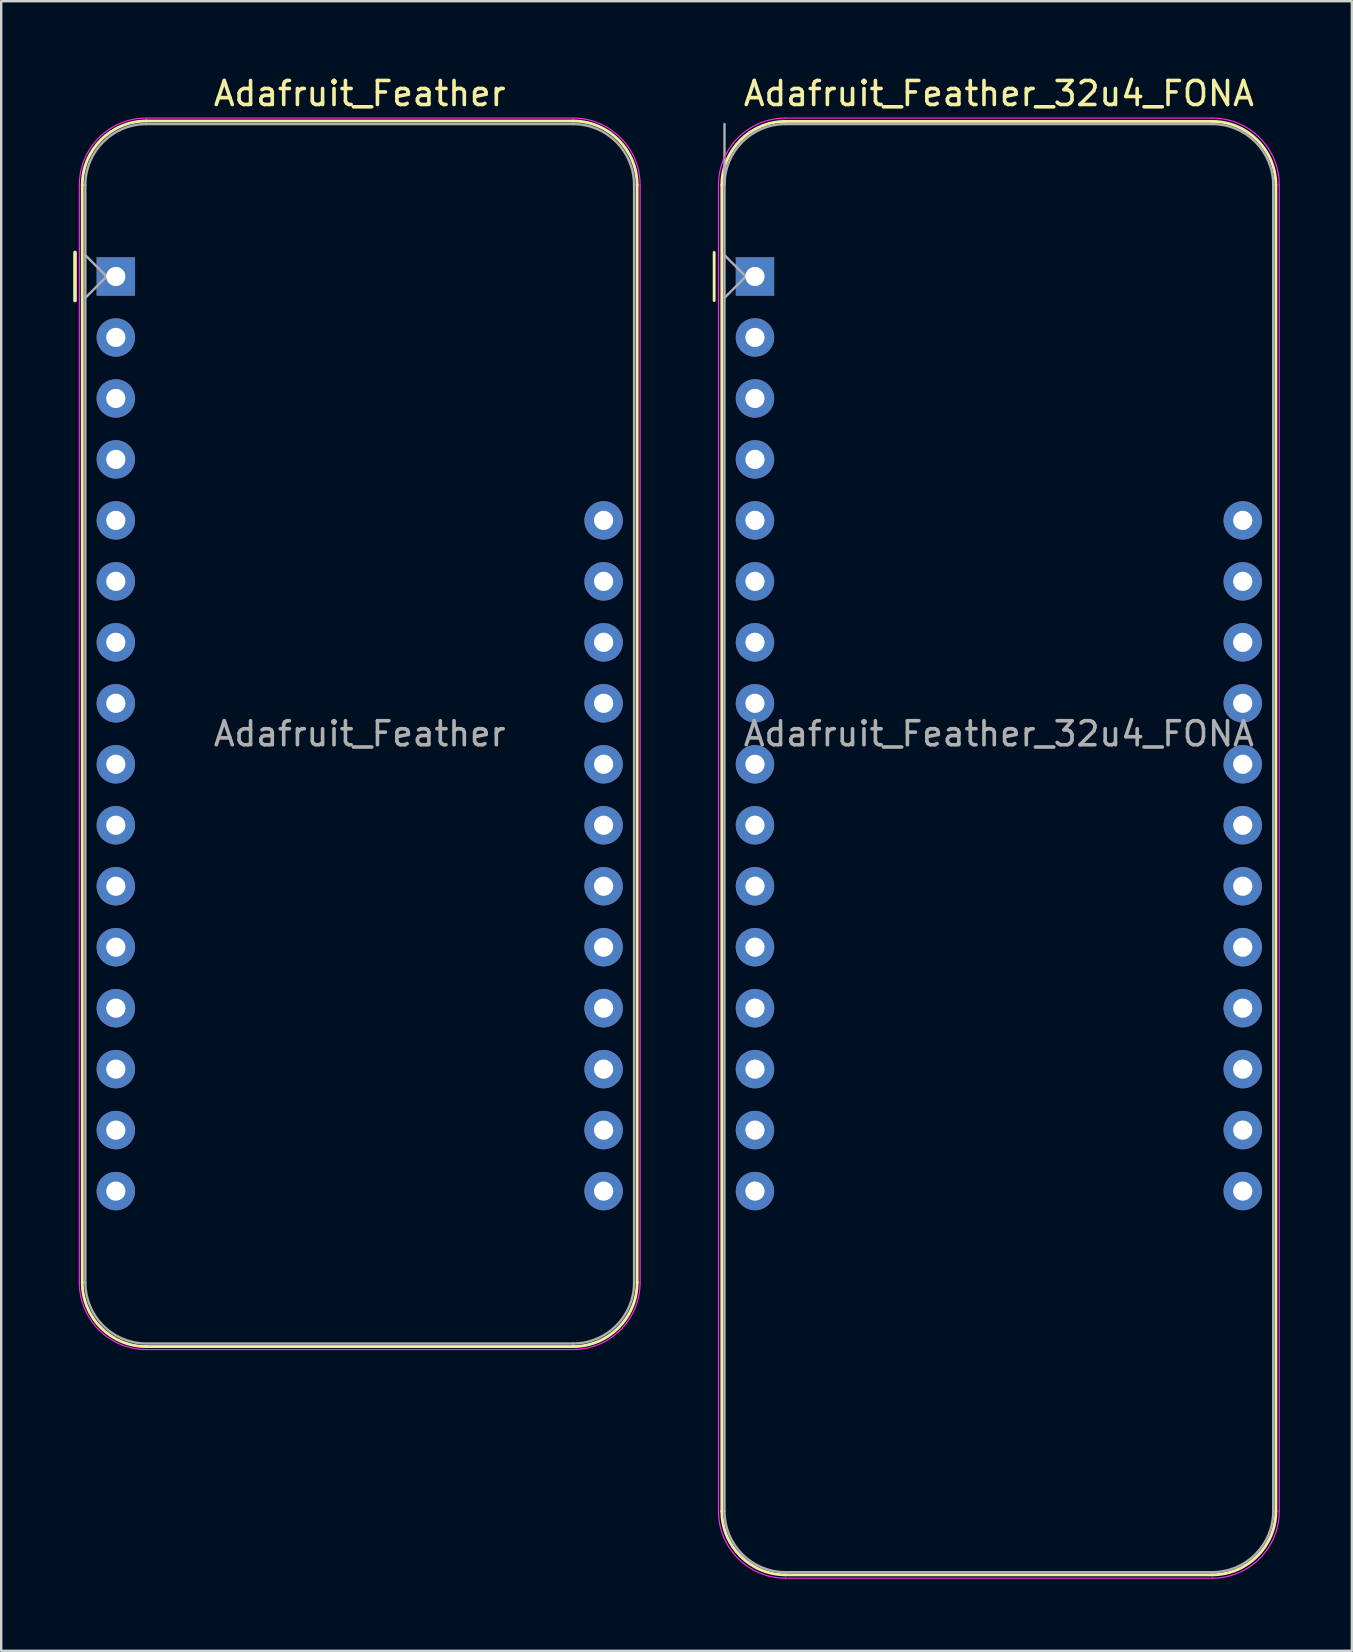
<source format=kicad_pcb>
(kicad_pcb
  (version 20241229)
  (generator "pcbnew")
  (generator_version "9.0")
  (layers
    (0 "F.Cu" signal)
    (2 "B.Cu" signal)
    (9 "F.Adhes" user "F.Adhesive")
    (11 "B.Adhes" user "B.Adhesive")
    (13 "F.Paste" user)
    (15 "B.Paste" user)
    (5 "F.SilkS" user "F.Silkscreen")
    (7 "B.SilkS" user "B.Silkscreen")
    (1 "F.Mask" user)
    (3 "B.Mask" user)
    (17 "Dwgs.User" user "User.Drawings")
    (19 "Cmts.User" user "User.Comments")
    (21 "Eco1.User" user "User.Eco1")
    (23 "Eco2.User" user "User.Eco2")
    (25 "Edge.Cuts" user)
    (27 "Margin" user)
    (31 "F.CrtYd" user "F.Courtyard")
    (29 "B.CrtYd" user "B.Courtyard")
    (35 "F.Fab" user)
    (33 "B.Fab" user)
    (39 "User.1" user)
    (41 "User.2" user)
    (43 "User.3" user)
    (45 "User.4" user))
  (footprint "Adafruit_Feather_32u4_FONA"
    (layer "F.Cu")
    (at 28.4 8.468)
    (property "Reference" "Adafruit_Feather_32u4_FONA" (at 10.16 -7.62 0) (layer "F.SilkS") (effects (font (size 1 1) (thickness 0.15))))
    (attr through_hole)
    (fp_line (start -1.7 1) (end -1.7 -1) (stroke (width 0.12) (type solid)) (layer "F.SilkS"))
    (fp_line (start -1.38 -3.81) (end -1.38 51.435) (stroke (width 0.12) (type solid)) (layer "F.SilkS"))
    (fp_line (start 19.05 -6.46) (end 1.27 -6.46) (stroke (width 0.12) (type solid)) (layer "F.SilkS"))
    (fp_line (start 19.05 54.085) (end 1.27 54.085) (stroke (width 0.12) (type solid)) (layer "F.SilkS"))
    (fp_line (start 21.7 -3.81) (end 21.7 51.435) (stroke (width 0.12) (type solid)) (layer "F.SilkS"))
    (fp_arc (start -1.38 -3.81) (mid -0.603833 -5.683833) (end 1.27 -6.46) (stroke (width 0.12) (type solid)) (layer "F.SilkS"))
    (fp_arc (start 1.27 54.085) (mid -0.603833 53.308833) (end -1.38 51.435) (stroke (width 0.12) (type solid)) (layer "F.SilkS"))
    (fp_arc (start 19.05 -6.46) (mid 20.923833 -5.683833) (end 21.7 -3.81) (stroke (width 0.12) (type solid)) (layer "F.SilkS"))
    (fp_arc (start 21.7 51.435) (mid 20.923833 53.308833) (end 19.05 54.085) (stroke (width 0.12) (type solid)) (layer "F.SilkS"))
    (fp_line (start -1.52 51.435) (end -1.52 -3.81) (stroke (width 0.05) (type solid)) (layer "F.CrtYd"))
    (fp_line (start 19.05 -6.6) (end 1.27 -6.6) (stroke (width 0.05) (type solid)) (layer "F.CrtYd"))
    (fp_line (start 19.05 54.225) (end 1.27 54.225) (stroke (width 0.05) (type solid)) (layer "F.CrtYd"))
    (fp_line (start 21.84 51.435) (end 21.84 -3.81) (stroke (width 0.05) (type solid)) (layer "F.CrtYd"))
    (fp_arc (start -1.52 -3.81) (mid -0.702828 -5.782828) (end 1.27 -6.6) (stroke (width 0.05) (type solid)) (layer "F.CrtYd"))
    (fp_arc (start 1.27 54.225) (mid -0.702828 53.407828) (end -1.52 51.435) (stroke (width 0.05) (type solid)) (layer "F.CrtYd"))
    (fp_arc (start 19.05 -6.6) (mid 21.022828 -5.782828) (end 21.84 -3.81) (stroke (width 0.05) (type solid)) (layer "F.CrtYd"))
    (fp_arc (start 21.84 51.435) (mid 21.022828 53.407828) (end 19.05 54.225) (stroke (width 0.05) (type solid)) (layer "F.CrtYd"))
    (fp_line (start -1.27 -6.35) (end -1.27 51.435) (stroke (width 0.1) (type solid)) (layer "F.Fab"))
    (fp_line (start -1.27 -0.889) (end -0.381 0) (stroke (width 0.1) (type solid)) (layer "F.Fab"))
    (fp_line (start -0.381 0) (end -1.27 0.889) (stroke (width 0.1) (type solid)) (layer "F.Fab"))
    (fp_line (start 1.27 53.975) (end 19.05 53.975) (stroke (width 0.1) (type solid)) (layer "F.Fab"))
    (fp_line (start 19.05 -6.35) (end 1.27 -6.35) (stroke (width 0.1) (type solid)) (layer "F.Fab"))
    (fp_line (start 21.59 51.435) (end 21.59 -3.81) (stroke (width 0.1) (type solid)) (layer "F.Fab"))
    (fp_arc (start -1.27 -3.81) (mid -0.526051 -5.606051) (end 1.27 -6.35) (stroke (width 0.1) (type solid)) (layer "F.Fab"))
    (fp_arc (start 1.221238 53.974532) (mid -0.543209 53.213728) (end -1.27 51.435) (stroke (width 0.1) (type solid)) (layer "F.Fab"))
    (fp_arc (start 19.05 -6.35) (mid 20.846051 -5.606051) (end 21.59 -3.81) (stroke (width 0.1) (type solid)) (layer "F.Fab"))
    (fp_arc (start 21.59 51.435) (mid 20.846051 53.231051) (end 19.05 53.975) (stroke (width 0.1) (type solid)) (layer "F.Fab"))
    (fp_text user "${REFERENCE}" (at 10.16 19.05 180) (layer "F.Fab") (effects (font (size 1 1) (thickness 0.15))))
    (pad "1" thru_hole rect (at 0 0 180) (size 1.6 1.6) (drill 0.8) (layers "*.Cu" "*.Mask"))
    (pad "2" thru_hole circle (at 0 2.54 180) (size 1.6 1.6) (drill 0.8) (layers "*.Cu" "*.Mask"))
    (pad "3" thru_hole circle (at 0 5.08 180) (size 1.6 1.6) (drill 0.8) (layers "*.Cu" "*.Mask"))
    (pad "4" thru_hole circle (at 0 7.62 180) (size 1.6 1.6) (drill 0.8) (layers "*.Cu" "*.Mask"))
    (pad "5" thru_hole circle (at 0 10.16 180) (size 1.6 1.6) (drill 0.8) (layers "*.Cu" "*.Mask"))
    (pad "6" thru_hole circle (at 0 12.7 180) (size 1.6 1.6) (drill 0.8) (layers "*.Cu" "*.Mask"))
    (pad "7" thru_hole circle (at 0 15.24 180) (size 1.6 1.6) (drill 0.8) (layers "*.Cu" "*.Mask"))
    (pad "8" thru_hole circle (at 0 17.78 180) (size 1.6 1.6) (drill 0.8) (layers "*.Cu" "*.Mask"))
    (pad "9" thru_hole circle (at 0 20.32 180) (size 1.6 1.6) (drill 0.8) (layers "*.Cu" "*.Mask"))
    (pad "10" thru_hole circle (at 0 22.86 180) (size 1.6 1.6) (drill 0.8) (layers "*.Cu" "*.Mask"))
    (pad "11" thru_hole circle (at 0 25.4 180) (size 1.6 1.6) (drill 0.8) (layers "*.Cu" "*.Mask"))
    (pad "12" thru_hole circle (at 0 27.94 180) (size 1.6 1.6) (drill 0.8) (layers "*.Cu" "*.Mask"))
    (pad "13" thru_hole circle (at 0 30.48 180) (size 1.6 1.6) (drill 0.8) (layers "*.Cu" "*.Mask"))
    (pad "14" thru_hole circle (at 0 33.02 180) (size 1.6 1.6) (drill 0.8) (layers "*.Cu" "*.Mask"))
    (pad "15" thru_hole circle (at 0 35.56 180) (size 1.6 1.6) (drill 0.8) (layers "*.Cu" "*.Mask"))
    (pad "16" thru_hole circle (at 0 38.1 180) (size 1.6 1.6) (drill 0.8) (layers "*.Cu" "*.Mask"))
    (pad "17" thru_hole circle (at 20.32 38.1 180) (size 1.6 1.6) (drill 0.8) (layers "*.Cu" "*.Mask"))
    (pad "18" thru_hole circle (at 20.32 35.56 180) (size 1.6 1.6) (drill 0.8) (layers "*.Cu" "*.Mask"))
    (pad "19" thru_hole circle (at 20.32 33.02 180) (size 1.6 1.6) (drill 0.8) (layers "*.Cu" "*.Mask"))
    (pad "20" thru_hole circle (at 20.32 30.48 180) (size 1.6 1.6) (drill 0.8) (layers "*.Cu" "*.Mask"))
    (pad "21" thru_hole circle (at 20.32 27.94 180) (size 1.6 1.6) (drill 0.8) (layers "*.Cu" "*.Mask"))
    (pad "22" thru_hole circle (at 20.32 25.4 180) (size 1.6 1.6) (drill 0.8) (layers "*.Cu" "*.Mask"))
    (pad "23" thru_hole circle (at 20.32 22.86 180) (size 1.6 1.6) (drill 0.8) (layers "*.Cu" "*.Mask"))
    (pad "24" thru_hole circle (at 20.32 20.32 180) (size 1.6 1.6) (drill 0.8) (layers "*.Cu" "*.Mask"))
    (pad "25" thru_hole circle (at 20.32 17.78 180) (size 1.6 1.6) (drill 0.8) (layers "*.Cu" "*.Mask"))
    (pad "26" thru_hole circle (at 20.32 15.24 180) (size 1.6 1.6) (drill 0.8) (layers "*.Cu" "*.Mask"))
    (pad "27" thru_hole circle (at 20.32 12.7 180) (size 1.6 1.6) (drill 0.8) (layers "*.Cu" "*.Mask"))
    (pad "28" thru_hole circle (at 20.32 10.16 180) (size 1.6 1.6) (drill 0.8) (layers "*.Cu" "*.Mask")))
  (footprint "Adafruit_Feather"
    (layer "F.Cu")
    (at 1.775 8.468)
    (property "Reference" "Adafruit_Feather" (at 10.16 -7.62 0) (layer "F.SilkS") (effects (font (size 1 1) (thickness 0.15))))
    (attr through_hole)
    (fp_line (start -1.7 1) (end -1.7 -1) (stroke (width 0.15) (type solid)) (layer "F.SilkS"))
    (fp_line (start -1.397 -3.81) (end -1.397 41.91) (stroke (width 0.12) (type solid)) (layer "F.SilkS"))
    (fp_line (start 19.05 -6.477) (end 1.27 -6.477) (stroke (width 0.12) (type solid)) (layer "F.SilkS"))
    (fp_line (start 19.05 44.577) (end 1.27 44.577) (stroke (width 0.12) (type solid)) (layer "F.SilkS"))
    (fp_line (start 21.717 -3.81) (end 21.717 41.91) (stroke (width 0.12) (type solid)) (layer "F.SilkS"))
    (fp_arc (start -1.397 -3.81) (mid -0.615854 -5.695854) (end 1.27 -6.477) (stroke (width 0.12) (type solid)) (layer "F.SilkS"))
    (fp_arc (start 1.27 44.577) (mid -0.615854 43.795854) (end -1.397 41.91) (stroke (width 0.12) (type solid)) (layer "F.SilkS"))
    (fp_arc (start 19.05 -6.477) (mid 20.935854 -5.695854) (end 21.717 -3.81) (stroke (width 0.12) (type solid)) (layer "F.SilkS"))
    (fp_arc (start 21.717 41.91) (mid 20.935854 43.795854) (end 19.05 44.577) (stroke (width 0.12) (type solid)) (layer "F.SilkS"))
    (fp_line (start -1.52 41.91) (end -1.52 -3.81) (stroke (width 0.05) (type solid)) (layer "F.CrtYd"))
    (fp_line (start 19.05 -6.6) (end 1.27 -6.6) (stroke (width 0.05) (type solid)) (layer "F.CrtYd"))
    (fp_line (start 19.05 44.7) (end 1.27 44.7) (stroke (width 0.05) (type solid)) (layer "F.CrtYd"))
    (fp_line (start 21.84 41.91) (end 21.84 -3.81) (stroke (width 0.05) (type solid)) (layer "F.CrtYd"))
    (fp_arc (start -1.52 -3.81) (mid -0.702828 -5.782828) (end 1.27 -6.6) (stroke (width 0.05) (type solid)) (layer "F.CrtYd"))
    (fp_arc (start 1.27 44.7) (mid -0.702828 43.882828) (end -1.52 41.91) (stroke (width 0.05) (type solid)) (layer "F.CrtYd"))
    (fp_arc (start 19.05 -6.6) (mid 21.022828 -5.782828) (end 21.84 -3.81) (stroke (width 0.05) (type solid)) (layer "F.CrtYd"))
    (fp_arc (start 21.84 41.91) (mid 21.022828 43.882828) (end 19.05 44.7) (stroke (width 0.05) (type solid)) (layer "F.CrtYd"))
    (fp_line (start -1.27 -3.81) (end -1.27 41.91) (stroke (width 0.1) (type solid)) (layer "F.Fab"))
    (fp_line (start -1.27 -0.889) (end -0.381 0) (stroke (width 0.1) (type solid)) (layer "F.Fab"))
    (fp_line (start -0.381 0) (end -1.27 0.889) (stroke (width 0.1) (type solid)) (layer "F.Fab"))
    (fp_line (start 1.27 44.45) (end 19.05 44.45) (stroke (width 0.1) (type solid)) (layer "F.Fab"))
    (fp_line (start 19.05 -6.35) (end 1.27 -6.35) (stroke (width 0.1) (type solid)) (layer "F.Fab"))
    (fp_line (start 21.59 41.91) (end 21.59 -3.81) (stroke (width 0.1) (type solid)) (layer "F.Fab"))
    (fp_arc (start -1.27 -3.81) (mid -0.526051 -5.606051) (end 1.27 -6.35) (stroke (width 0.1) (type solid)) (layer "F.Fab"))
    (fp_arc (start 1.221238 44.449532) (mid -0.543209 43.688728) (end -1.27 41.91) (stroke (width 0.1) (type solid)) (layer "F.Fab"))
    (fp_arc (start 19.05 -6.35) (mid 20.846051 -5.606051) (end 21.59 -3.81) (stroke (width 0.1) (type solid)) (layer "F.Fab"))
    (fp_arc (start 21.59 41.91) (mid 20.846051 43.706051) (end 19.05 44.45) (stroke (width 0.1) (type solid)) (layer "F.Fab"))
    (fp_text user "${REFERENCE}" (at 10.16 19.05 180) (layer "F.Fab") (effects (font (size 1 1) (thickness 0.15))))
    (pad "1" thru_hole rect (at 0 0 180) (size 1.6 1.6) (drill 0.8) (layers "*.Cu" "*.Mask"))
    (pad "2" thru_hole circle (at 0 2.54 180) (size 1.6 1.6) (drill 0.8) (layers "*.Cu" "*.Mask"))
    (pad "3" thru_hole circle (at 0 5.08 180) (size 1.6 1.6) (drill 0.8) (layers "*.Cu" "*.Mask"))
    (pad "4" thru_hole circle (at 0 7.62 180) (size 1.6 1.6) (drill 0.8) (layers "*.Cu" "*.Mask"))
    (pad "5" thru_hole circle (at 0 10.16 180) (size 1.6 1.6) (drill 0.8) (layers "*.Cu" "*.Mask"))
    (pad "6" thru_hole circle (at 0 12.7 180) (size 1.6 1.6) (drill 0.8) (layers "*.Cu" "*.Mask"))
    (pad "7" thru_hole circle (at 0 15.24 180) (size 1.6 1.6) (drill 0.8) (layers "*.Cu" "*.Mask"))
    (pad "8" thru_hole circle (at 0 17.78 180) (size 1.6 1.6) (drill 0.8) (layers "*.Cu" "*.Mask"))
    (pad "9" thru_hole circle (at 0 20.32 180) (size 1.6 1.6) (drill 0.8) (layers "*.Cu" "*.Mask"))
    (pad "10" thru_hole circle (at 0 22.86 180) (size 1.6 1.6) (drill 0.8) (layers "*.Cu" "*.Mask"))
    (pad "11" thru_hole circle (at 0 25.4 180) (size 1.6 1.6) (drill 0.8) (layers "*.Cu" "*.Mask"))
    (pad "12" thru_hole circle (at 0 27.94 180) (size 1.6 1.6) (drill 0.8) (layers "*.Cu" "*.Mask"))
    (pad "13" thru_hole circle (at 0 30.48 180) (size 1.6 1.6) (drill 0.8) (layers "*.Cu" "*.Mask"))
    (pad "14" thru_hole circle (at 0 33.02 180) (size 1.6 1.6) (drill 0.8) (layers "*.Cu" "*.Mask"))
    (pad "15" thru_hole circle (at 0 35.56 180) (size 1.6 1.6) (drill 0.8) (layers "*.Cu" "*.Mask"))
    (pad "16" thru_hole circle (at 0 38.1 180) (size 1.6 1.6) (drill 0.8) (layers "*.Cu" "*.Mask"))
    (pad "17" thru_hole circle (at 20.32 38.1 180) (size 1.6 1.6) (drill 0.8) (layers "*.Cu" "*.Mask"))
    (pad "18" thru_hole circle (at 20.32 35.56 180) (size 1.6 1.6) (drill 0.8) (layers "*.Cu" "*.Mask"))
    (pad "19" thru_hole circle (at 20.32 33.02 180) (size 1.6 1.6) (drill 0.8) (layers "*.Cu" "*.Mask"))
    (pad "20" thru_hole circle (at 20.32 30.48 180) (size 1.6 1.6) (drill 0.8) (layers "*.Cu" "*.Mask"))
    (pad "21" thru_hole circle (at 20.32 27.94 180) (size 1.6 1.6) (drill 0.8) (layers "*.Cu" "*.Mask"))
    (pad "22" thru_hole circle (at 20.32 25.4 180) (size 1.6 1.6) (drill 0.8) (layers "*.Cu" "*.Mask"))
    (pad "23" thru_hole circle (at 20.32 22.86 180) (size 1.6 1.6) (drill 0.8) (layers "*.Cu" "*.Mask"))
    (pad "24" thru_hole circle (at 20.32 20.32 180) (size 1.6 1.6) (drill 0.8) (layers "*.Cu" "*.Mask"))
    (pad "25" thru_hole circle (at 20.32 17.78 180) (size 1.6 1.6) (drill 0.8) (layers "*.Cu" "*.Mask"))
    (pad "26" thru_hole circle (at 20.32 15.24 180) (size 1.6 1.6) (drill 0.8) (layers "*.Cu" "*.Mask"))
    (pad "27" thru_hole circle (at 20.32 12.7 180) (size 1.6 1.6) (drill 0.8) (layers "*.Cu" "*.Mask"))
    (pad "28" thru_hole circle (at 20.32 10.16 180) (size 1.6 1.6) (drill 0.8) (layers "*.Cu" "*.Mask")))
  (gr_rect
    (start -3 -3)
    (end 53.265 65.718)
    (stroke (width 0.1) (type default))
    (fill no)
    (layer "Edge.Cuts")))
</source>
